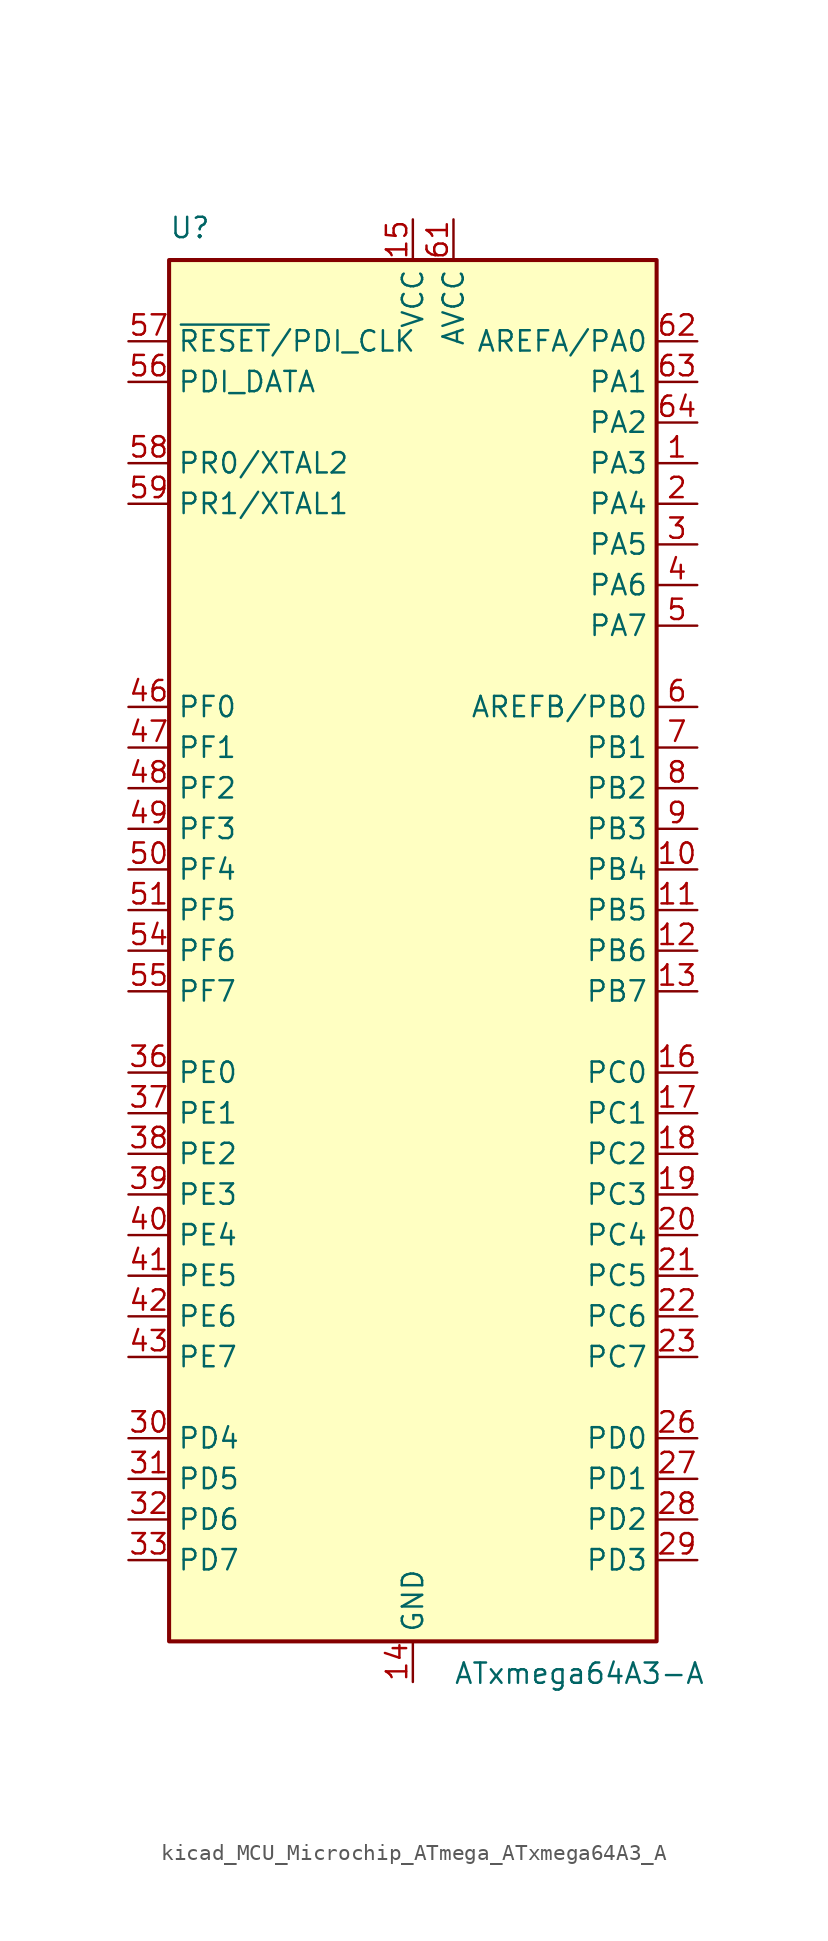
<source format=kicad_sym>
(kicad_symbol_lib
  (version 20220914)
  (generator kicad_symbol_editor)
  (symbol "kicad_MCU_Microchip_ATmega_ATxmega64A3_A"
    (property "Reference" "U"
      (at -15.24 44.45 0)
      (effects (font (size 1.27 1.27)) (justify left bottom)))
    (property "Value" "ATxmega64A3-A"
      (at 2.54 -44.45 0)
      (effects (font (size 1.27 1.27)) (justify left top)))
    (symbol "kicad_MCU_Microchip_ATmega_ATxmega64A3_A_0_1"
      (rectangle (start -15.24 -43.18) (end 15.24 43.18) (stroke (width 0.254) (type default)) (fill (type background))))
    (symbol "kicad_MCU_Microchip_ATmega_ATxmega64A3_A_1_1"
      (pin bidirectional line (at 17.78 30.48 180) (length 2.54) (name "PA3" (effects (font (size 1.27 1.27)))) (number "1" (effects (font (size 1.27 1.27)))))
      (pin bidirectional line (at 17.78 5.08 180) (length 2.54) (name "PB4" (effects (font (size 1.27 1.27)))) (number "10" (effects (font (size 1.27 1.27)))))
      (pin bidirectional line (at 17.78 2.54 180) (length 2.54) (name "PB5" (effects (font (size 1.27 1.27)))) (number "11" (effects (font (size 1.27 1.27)))))
      (pin bidirectional line (at 17.78 0 180) (length 2.54) (name "PB6" (effects (font (size 1.27 1.27)))) (number "12" (effects (font (size 1.27 1.27)))))
      (pin bidirectional line (at 17.78 -2.54 180) (length 2.54) (name "PB7" (effects (font (size 1.27 1.27)))) (number "13" (effects (font (size 1.27 1.27)))))
      (pin power_in line (at 0 -45.72 90) (length 2.54) (name "GND" (effects (font (size 1.27 1.27)))) (number "14" (effects (font (size 1.27 1.27)))))
      (pin power_in line (at 0 45.72 270) (length 2.54) (name "VCC" (effects (font (size 1.27 1.27)))) (number "15" (effects (font (size 1.27 1.27)))))
      (pin bidirectional line (at 17.78 -7.62 180) (length 2.54) (name "PC0" (effects (font (size 1.27 1.27)))) (number "16" (effects (font (size 1.27 1.27)))))
      (pin bidirectional line (at 17.78 -10.16 180) (length 2.54) (name "PC1" (effects (font (size 1.27 1.27)))) (number "17" (effects (font (size 1.27 1.27)))))
      (pin bidirectional line (at 17.78 -12.7 180) (length 2.54) (name "PC2" (effects (font (size 1.27 1.27)))) (number "18" (effects (font (size 1.27 1.27)))))
      (pin bidirectional line (at 17.78 -15.24 180) (length 2.54) (name "PC3" (effects (font (size 1.27 1.27)))) (number "19" (effects (font (size 1.27 1.27)))))
      (pin bidirectional line (at 17.78 27.94 180) (length 2.54) (name "PA4" (effects (font (size 1.27 1.27)))) (number "2" (effects (font (size 1.27 1.27)))))
      (pin bidirectional line (at 17.78 -17.78 180) (length 2.54) (name "PC4" (effects (font (size 1.27 1.27)))) (number "20" (effects (font (size 1.27 1.27)))))
      (pin bidirectional line (at 17.78 -20.32 180) (length 2.54) (name "PC5" (effects (font (size 1.27 1.27)))) (number "21" (effects (font (size 1.27 1.27)))))
      (pin bidirectional line (at 17.78 -22.86 180) (length 2.54) (name "PC6" (effects (font (size 1.27 1.27)))) (number "22" (effects (font (size 1.27 1.27)))))
      (pin bidirectional line (at 17.78 -25.4 180) (length 2.54) (name "PC7" (effects (font (size 1.27 1.27)))) (number "23" (effects (font (size 1.27 1.27)))))
      (pin passive line (at 0 -45.72 90) (length 2.54) hide (name "GND" (effects (font (size 1.27 1.27)))) (number "24" (effects (font (size 1.27 1.27)))))
      (pin passive line (at 0 45.72 270) (length 2.54) hide (name "VCC" (effects (font (size 1.27 1.27)))) (number "25" (effects (font (size 1.27 1.27)))))
      (pin bidirectional line (at 17.78 -30.48 180) (length 2.54) (name "PD0" (effects (font (size 1.27 1.27)))) (number "26" (effects (font (size 1.27 1.27)))))
      (pin bidirectional line (at 17.78 -33.02 180) (length 2.54) (name "PD1" (effects (font (size 1.27 1.27)))) (number "27" (effects (font (size 1.27 1.27)))))
      (pin bidirectional line (at 17.78 -35.56 180) (length 2.54) (name "PD2" (effects (font (size 1.27 1.27)))) (number "28" (effects (font (size 1.27 1.27)))))
      (pin bidirectional line (at 17.78 -38.1 180) (length 2.54) (name "PD3" (effects (font (size 1.27 1.27)))) (number "29" (effects (font (size 1.27 1.27)))))
      (pin bidirectional line (at 17.78 25.4 180) (length 2.54) (name "PA5" (effects (font (size 1.27 1.27)))) (number "3" (effects (font (size 1.27 1.27)))))
      (pin bidirectional line (at -17.78 -30.48 0) (length 2.54) (name "PD4" (effects (font (size 1.27 1.27)))) (number "30" (effects (font (size 1.27 1.27)))))
      (pin bidirectional line (at -17.78 -33.02 0) (length 2.54) (name "PD5" (effects (font (size 1.27 1.27)))) (number "31" (effects (font (size 1.27 1.27)))))
      (pin bidirectional line (at -17.78 -35.56 0) (length 2.54) (name "PD6" (effects (font (size 1.27 1.27)))) (number "32" (effects (font (size 1.27 1.27)))))
      (pin bidirectional line (at -17.78 -38.1 0) (length 2.54) (name "PD7" (effects (font (size 1.27 1.27)))) (number "33" (effects (font (size 1.27 1.27)))))
      (pin passive line (at 0 -45.72 90) (length 2.54) hide (name "GND" (effects (font (size 1.27 1.27)))) (number "34" (effects (font (size 1.27 1.27)))))
      (pin passive line (at 0 45.72 270) (length 2.54) hide (name "VCC" (effects (font (size 1.27 1.27)))) (number "35" (effects (font (size 1.27 1.27)))))
      (pin bidirectional line (at -17.78 -7.62 0) (length 2.54) (name "PE0" (effects (font (size 1.27 1.27)))) (number "36" (effects (font (size 1.27 1.27)))))
      (pin bidirectional line (at -17.78 -10.16 0) (length 2.54) (name "PE1" (effects (font (size 1.27 1.27)))) (number "37" (effects (font (size 1.27 1.27)))))
      (pin bidirectional line (at -17.78 -12.7 0) (length 2.54) (name "PE2" (effects (font (size 1.27 1.27)))) (number "38" (effects (font (size 1.27 1.27)))))
      (pin bidirectional line (at -17.78 -15.24 0) (length 2.54) (name "PE3" (effects (font (size 1.27 1.27)))) (number "39" (effects (font (size 1.27 1.27)))))
      (pin bidirectional line (at 17.78 22.86 180) (length 2.54) (name "PA6" (effects (font (size 1.27 1.27)))) (number "4" (effects (font (size 1.27 1.27)))))
      (pin bidirectional line (at -17.78 -17.78 0) (length 2.54) (name "PE4" (effects (font (size 1.27 1.27)))) (number "40" (effects (font (size 1.27 1.27)))))
      (pin bidirectional line (at -17.78 -20.32 0) (length 2.54) (name "PE5" (effects (font (size 1.27 1.27)))) (number "41" (effects (font (size 1.27 1.27)))))
      (pin bidirectional line (at -17.78 -22.86 0) (length 2.54) (name "PE6" (effects (font (size 1.27 1.27)))) (number "42" (effects (font (size 1.27 1.27)))))
      (pin bidirectional line (at -17.78 -25.4 0) (length 2.54) (name "PE7" (effects (font (size 1.27 1.27)))) (number "43" (effects (font (size 1.27 1.27)))))
      (pin passive line (at 0 -45.72 90) (length 2.54) hide (name "GND" (effects (font (size 1.27 1.27)))) (number "44" (effects (font (size 1.27 1.27)))))
      (pin passive line (at 0 45.72 270) (length 2.54) hide (name "VCC" (effects (font (size 1.27 1.27)))) (number "45" (effects (font (size 1.27 1.27)))))
      (pin bidirectional line (at -17.78 15.24 0) (length 2.54) (name "PF0" (effects (font (size 1.27 1.27)))) (number "46" (effects (font (size 1.27 1.27)))))
      (pin bidirectional line (at -17.78 12.7 0) (length 2.54) (name "PF1" (effects (font (size 1.27 1.27)))) (number "47" (effects (font (size 1.27 1.27)))))
      (pin bidirectional line (at -17.78 10.16 0) (length 2.54) (name "PF2" (effects (font (size 1.27 1.27)))) (number "48" (effects (font (size 1.27 1.27)))))
      (pin bidirectional line (at -17.78 7.62 0) (length 2.54) (name "PF3" (effects (font (size 1.27 1.27)))) (number "49" (effects (font (size 1.27 1.27)))))
      (pin bidirectional line (at 17.78 20.32 180) (length 2.54) (name "PA7" (effects (font (size 1.27 1.27)))) (number "5" (effects (font (size 1.27 1.27)))))
      (pin bidirectional line (at -17.78 5.08 0) (length 2.54) (name "PF4" (effects (font (size 1.27 1.27)))) (number "50" (effects (font (size 1.27 1.27)))))
      (pin bidirectional line (at -17.78 2.54 0) (length 2.54) (name "PF5" (effects (font (size 1.27 1.27)))) (number "51" (effects (font (size 1.27 1.27)))))
      (pin passive line (at 0 -45.72 90) (length 2.54) hide (name "GND" (effects (font (size 1.27 1.27)))) (number "52" (effects (font (size 1.27 1.27)))))
      (pin passive line (at 0 45.72 270) (length 2.54) hide (name "VCC" (effects (font (size 1.27 1.27)))) (number "53" (effects (font (size 1.27 1.27)))))
      (pin bidirectional line (at -17.78 0 0) (length 2.54) (name "PF6" (effects (font (size 1.27 1.27)))) (number "54" (effects (font (size 1.27 1.27)))))
      (pin bidirectional line (at -17.78 -2.54 0) (length 2.54) (name "PF7" (effects (font (size 1.27 1.27)))) (number "55" (effects (font (size 1.27 1.27)))))
      (pin bidirectional line (at -17.78 35.56 0) (length 2.54) (name "PDI_DATA" (effects (font (size 1.27 1.27)))) (number "56" (effects (font (size 1.27 1.27)))))
      (pin input line (at -17.78 38.1 0) (length 2.54) (name "~{RESET}/PDI_CLK" (effects (font (size 1.27 1.27)))) (number "57" (effects (font (size 1.27 1.27)))))
      (pin bidirectional line (at -17.78 30.48 0) (length 2.54) (name "PR0/XTAL2" (effects (font (size 1.27 1.27)))) (number "58" (effects (font (size 1.27 1.27)))))
      (pin bidirectional line (at -17.78 27.94 0) (length 2.54) (name "PR1/XTAL1" (effects (font (size 1.27 1.27)))) (number "59" (effects (font (size 1.27 1.27)))))
      (pin bidirectional line (at 17.78 15.24 180) (length 2.54) (name "AREFB/PB0" (effects (font (size 1.27 1.27)))) (number "6" (effects (font (size 1.27 1.27)))))
      (pin passive line (at 0 -45.72 90) (length 2.54) hide (name "GND" (effects (font (size 1.27 1.27)))) (number "60" (effects (font (size 1.27 1.27)))))
      (pin power_in line (at 2.54 45.72 270) (length 2.54) (name "AVCC" (effects (font (size 1.27 1.27)))) (number "61" (effects (font (size 1.27 1.27)))))
      (pin bidirectional line (at 17.78 38.1 180) (length 2.54) (name "AREFA/PA0" (effects (font (size 1.27 1.27)))) (number "62" (effects (font (size 1.27 1.27)))))
      (pin bidirectional line (at 17.78 35.56 180) (length 2.54) (name "PA1" (effects (font (size 1.27 1.27)))) (number "63" (effects (font (size 1.27 1.27)))))
      (pin bidirectional line (at 17.78 33.02 180) (length 2.54) (name "PA2" (effects (font (size 1.27 1.27)))) (number "64" (effects (font (size 1.27 1.27)))))
      (pin bidirectional line (at 17.78 12.7 180) (length 2.54) (name "PB1" (effects (font (size 1.27 1.27)))) (number "7" (effects (font (size 1.27 1.27)))))
      (pin bidirectional line (at 17.78 10.16 180) (length 2.54) (name "PB2" (effects (font (size 1.27 1.27)))) (number "8" (effects (font (size 1.27 1.27)))))
      (pin bidirectional line (at 17.78 7.62 180) (length 2.54) (name "PB3" (effects (font (size 1.27 1.27)))) (number "9" (effects (font (size 1.27 1.27))))))))
</source>
